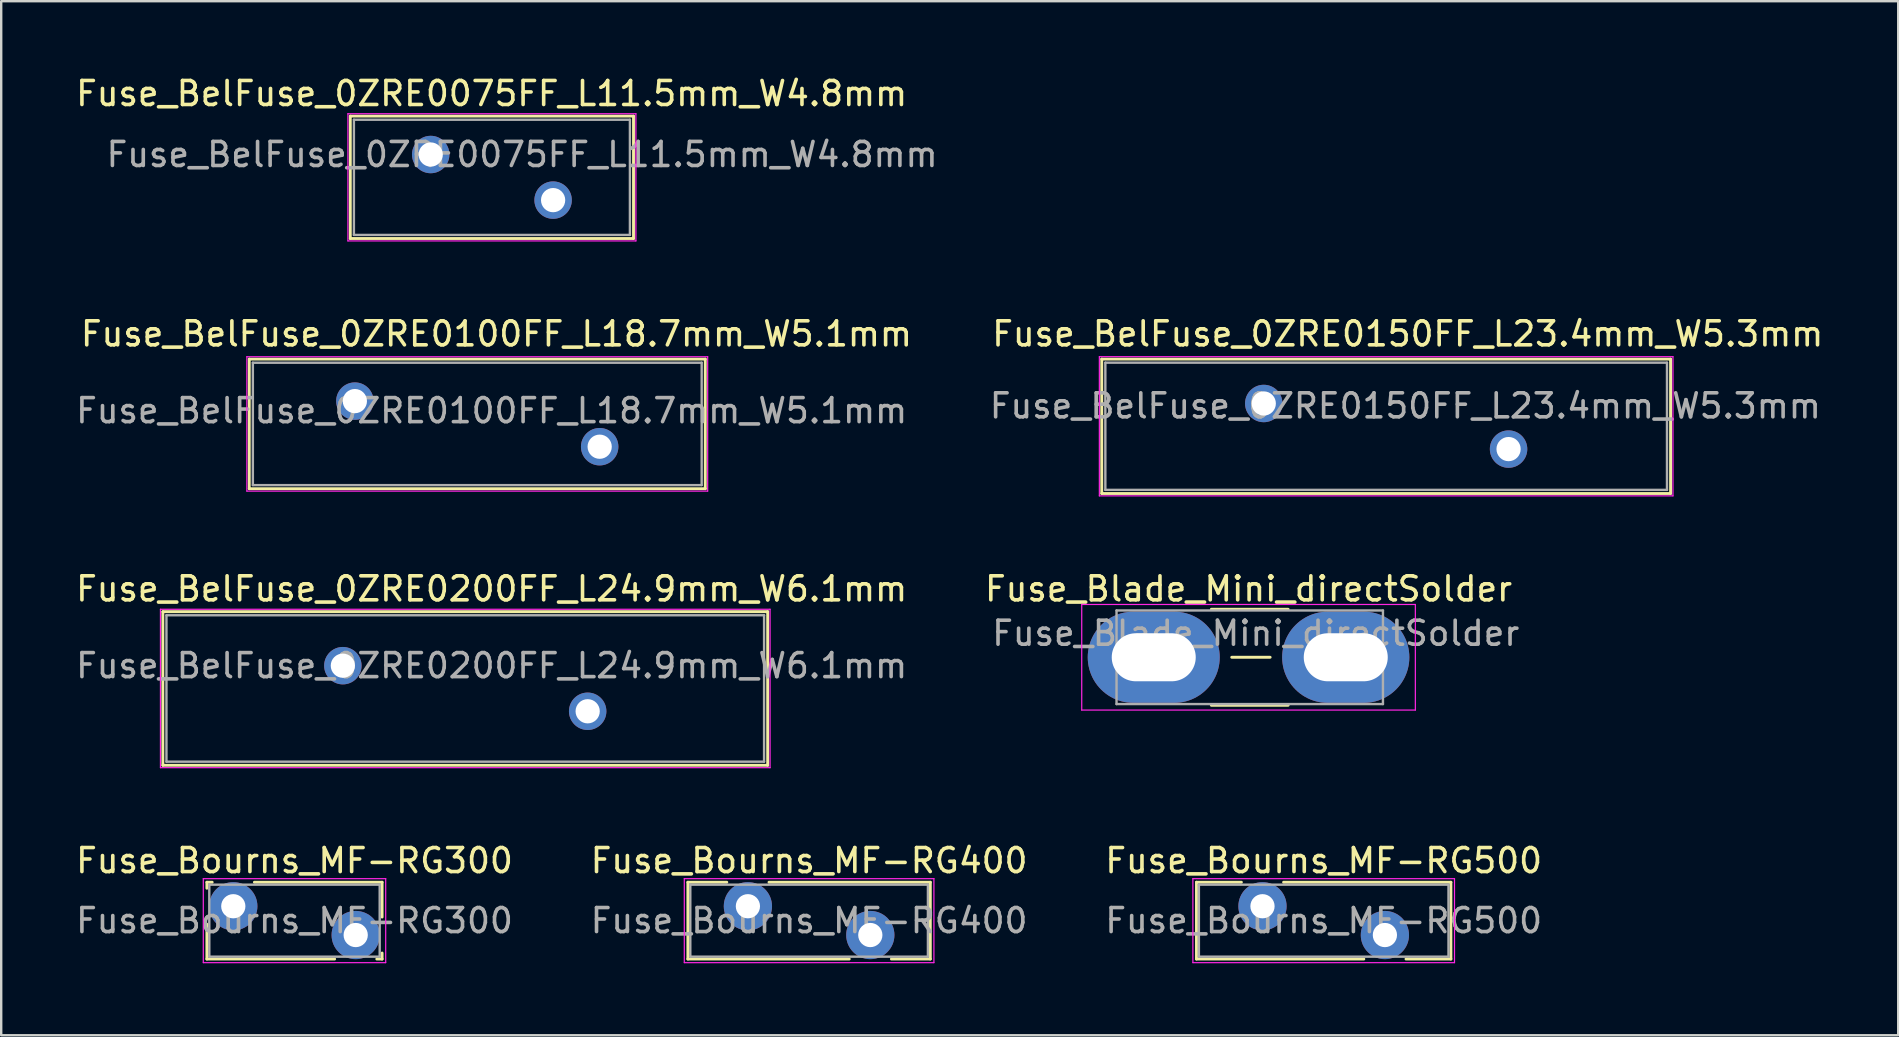
<source format=kicad_pcb>
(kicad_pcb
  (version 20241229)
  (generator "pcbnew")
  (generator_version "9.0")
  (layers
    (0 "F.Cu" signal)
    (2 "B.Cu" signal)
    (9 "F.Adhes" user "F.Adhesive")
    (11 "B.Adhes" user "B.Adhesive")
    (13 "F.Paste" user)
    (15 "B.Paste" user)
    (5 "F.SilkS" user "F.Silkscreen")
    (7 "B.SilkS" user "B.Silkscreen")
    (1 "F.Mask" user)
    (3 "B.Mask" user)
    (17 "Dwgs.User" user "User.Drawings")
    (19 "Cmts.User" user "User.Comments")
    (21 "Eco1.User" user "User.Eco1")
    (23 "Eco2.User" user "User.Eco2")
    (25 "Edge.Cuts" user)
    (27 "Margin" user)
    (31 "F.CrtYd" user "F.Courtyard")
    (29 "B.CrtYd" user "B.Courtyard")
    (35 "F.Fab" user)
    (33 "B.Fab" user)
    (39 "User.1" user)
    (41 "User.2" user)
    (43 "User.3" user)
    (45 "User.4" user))
  (footprint "Fuse_BelFuse_0ZRE0075FF_L11.5mm_W4.8mm"
    (layer "F.Cu")
    (at 14.895 3.388)
    (property "Reference" "Fuse_BelFuse_0ZRE0075FF_L11.5mm_W4.8mm" (at 2.54 -2.54 0) (layer "F.SilkS") (effects (font (size 1 1) (thickness 0.15))))
    (attr through_hole)
    (fp_line (start -3.35 -1.6) (end -3.35 3.5) (stroke (width 0.12) (type solid)) (layer "F.SilkS"))
    (fp_line (start -3.35 -1.6) (end 8.45 -1.6) (stroke (width 0.12) (type solid)) (layer "F.SilkS"))
    (fp_line (start -3.35 3.5) (end 8.45 3.5) (stroke (width 0.12) (type solid)) (layer "F.SilkS"))
    (fp_line (start 8.45 -1.6) (end 8.45 3.5) (stroke (width 0.12) (type solid)) (layer "F.SilkS"))
    (fp_line (start -3.45 -1.7) (end -3.45 3.6) (stroke (width 0.05) (type solid)) (layer "F.CrtYd"))
    (fp_line (start -3.45 -1.7) (end 8.55 -1.7) (stroke (width 0.05) (type solid)) (layer "F.CrtYd"))
    (fp_line (start -3.45 3.6) (end 8.55 3.6) (stroke (width 0.05) (type solid)) (layer "F.CrtYd"))
    (fp_line (start 8.55 -1.7) (end 8.55 3.6) (stroke (width 0.05) (type solid)) (layer "F.CrtYd"))
    (fp_line (start -3.2 -1.45) (end -3.2 3.35) (stroke (width 0.1) (type solid)) (layer "F.Fab"))
    (fp_line (start -3.2 -1.45) (end 8.3 -1.45) (stroke (width 0.1) (type solid)) (layer "F.Fab"))
    (fp_line (start -3.2 3.35) (end 8.3 3.35) (stroke (width 0.1) (type solid)) (layer "F.Fab"))
    (fp_line (start 8.3 -1.45) (end 8.3 3.35) (stroke (width 0.1) (type solid)) (layer "F.Fab"))
    (fp_text user "${REFERENCE}" (at 3.81 0 0) (layer "F.Fab") (effects (font (size 1 1) (thickness 0.15))))
    (pad "1" thru_hole circle (at 0 0) (size 1.56 1.56) (drill 1.01) (layers "*.Cu" "*.Mask"))
    (pad "2" thru_hole circle (at 5.1 1.9) (size 1.56 1.56) (drill 1.01) (layers "*.Cu" "*.Mask")))
  (footprint "Fuse_BelFuse_0ZRE0100FF_L18.7mm_W5.1mm"
    (layer "F.Cu")
    (at 11.735 13.662)
    (property "Reference" "Fuse_BelFuse_0ZRE0100FF_L18.7mm_W5.1mm" (at 5.9 -2.8 0) (layer "F.SilkS") (effects (font (size 1 1) (thickness 0.15))))
    (attr through_hole)
    (fp_line (start -4.4 -1.75) (end -4.4 3.65) (stroke (width 0.12) (type solid)) (layer "F.SilkS"))
    (fp_line (start -4.4 -1.75) (end 14.6 -1.75) (stroke (width 0.12) (type solid)) (layer "F.SilkS"))
    (fp_line (start -4.4 3.65) (end 14.6 3.65) (stroke (width 0.12) (type solid)) (layer "F.SilkS"))
    (fp_line (start 14.6 -1.75) (end 14.6 3.65) (stroke (width 0.12) (type solid)) (layer "F.SilkS"))
    (fp_line (start -4.5 -1.85) (end -4.5 3.75) (stroke (width 0.05) (type solid)) (layer "F.CrtYd"))
    (fp_line (start -4.5 -1.85) (end 14.7 -1.85) (stroke (width 0.05) (type solid)) (layer "F.CrtYd"))
    (fp_line (start -4.5 3.75) (end 14.7 3.75) (stroke (width 0.05) (type solid)) (layer "F.CrtYd"))
    (fp_line (start 14.7 -1.85) (end 14.7 3.75) (stroke (width 0.05) (type solid)) (layer "F.CrtYd"))
    (fp_line (start -4.25 -1.6) (end -4.25 3.5) (stroke (width 0.1) (type solid)) (layer "F.Fab"))
    (fp_line (start -4.25 -1.6) (end 14.45 -1.6) (stroke (width 0.1) (type solid)) (layer "F.Fab"))
    (fp_line (start -4.25 3.5) (end 14.45 3.5) (stroke (width 0.1) (type solid)) (layer "F.Fab"))
    (fp_line (start 14.45 -1.6) (end 14.45 3.5) (stroke (width 0.1) (type solid)) (layer "F.Fab"))
    (fp_text user "${REFERENCE}" (at 5.7 0.4 0) (layer "F.Fab") (effects (font (size 1 1) (thickness 0.15))))
    (pad "1" thru_hole circle (at 0 0) (size 1.56 1.56) (drill 1.01) (layers "*.Cu" "*.Mask"))
    (pad "2" thru_hole circle (at 10.2 1.9) (size 1.56 1.56) (drill 1.01) (layers "*.Cu" "*.Mask")))
  (footprint "Fuse_Bourns_MF-RG400"
    (layer "F.Cu")
    (at 28.111 34.708)
    (property "Reference" "Fuse_Bourns_MF-RG400" (at 2.55 -1.9 0) (layer "F.SilkS") (effects (font (size 1 1) (thickness 0.15))))
    (attr through_hole)
    (fp_line (start -2.501 -1) (end -2.501 2.2) (stroke (width 0.12) (type solid)) (layer "F.SilkS"))
    (fp_line (start -2.501 -1) (end -0.879 -1) (stroke (width 0.12) (type solid)) (layer "F.SilkS"))
    (fp_line (start -2.501 2.2) (end 4.222 2.2) (stroke (width 0.12) (type solid)) (layer "F.SilkS"))
    (fp_line (start 0.879 -1) (end 7.6 -1) (stroke (width 0.12) (type solid)) (layer "F.SilkS"))
    (fp_line (start 5.979 2.2) (end 7.6 2.2) (stroke (width 0.12) (type solid)) (layer "F.SilkS"))
    (fp_line (start 7.6 -1) (end 7.6 2.2) (stroke (width 0.12) (type solid)) (layer "F.SilkS"))
    (fp_line (start -2.65 -1.15) (end -2.65 2.35) (stroke (width 0.05) (type solid)) (layer "F.CrtYd"))
    (fp_line (start -2.65 2.35) (end 7.75 2.35) (stroke (width 0.05) (type solid)) (layer "F.CrtYd"))
    (fp_line (start 7.75 -1.15) (end -2.65 -1.15) (stroke (width 0.05) (type solid)) (layer "F.CrtYd"))
    (fp_line (start 7.75 2.35) (end 7.75 -1.15) (stroke (width 0.05) (type solid)) (layer "F.CrtYd"))
    (fp_line (start -2.4 -0.9) (end -2.4 2.1) (stroke (width 0.1) (type solid)) (layer "F.Fab"))
    (fp_line (start -2.4 2.1) (end 7.5 2.1) (stroke (width 0.1) (type solid)) (layer "F.Fab"))
    (fp_line (start 7.5 -0.9) (end -2.4 -0.9) (stroke (width 0.1) (type solid)) (layer "F.Fab"))
    (fp_line (start 7.5 2.1) (end 7.5 -0.9) (stroke (width 0.1) (type solid)) (layer "F.Fab"))
    (fp_text user "${REFERENCE}" (at 2.55 0.6 0) (layer "F.Fab") (effects (font (size 1 1) (thickness 0.15))))
    (pad "1" thru_hole circle (at 0 0) (size 2.01 2.01) (drill 1.01) (layers "*.Cu" "*.Mask"))
    (pad "2" thru_hole circle (at 5.1 1.2) (size 2.01 2.01) (drill 1.01) (layers "*.Cu" "*.Mask")))
  (footprint "Fuse_BelFuse_0ZRE0200FF_L24.9mm_W6.1mm"
    (layer "F.Cu")
    (at 11.235 24.685)
    (property "Reference" "Fuse_BelFuse_0ZRE0200FF_L24.9mm_W6.1mm" (at 6.2 -3.2 0) (layer "F.SilkS") (effects (font (size 1 1) (thickness 0.15))))
    (attr through_hole)
    (fp_line (start -7.5 -2.25) (end -7.5 4.15) (stroke (width 0.12) (type solid)) (layer "F.SilkS"))
    (fp_line (start -7.5 -2.25) (end 17.7 -2.25) (stroke (width 0.12) (type solid)) (layer "F.SilkS"))
    (fp_line (start -7.5 4.15) (end 17.7 4.15) (stroke (width 0.12) (type solid)) (layer "F.SilkS"))
    (fp_line (start 17.7 -2.25) (end 17.7 4.15) (stroke (width 0.12) (type solid)) (layer "F.SilkS"))
    (fp_line (start -7.6 -2.35) (end -7.6 4.25) (stroke (width 0.05) (type solid)) (layer "F.CrtYd"))
    (fp_line (start -7.6 -2.35) (end 17.8 -2.35) (stroke (width 0.05) (type solid)) (layer "F.CrtYd"))
    (fp_line (start -7.6 4.25) (end 17.8 4.25) (stroke (width 0.05) (type solid)) (layer "F.CrtYd"))
    (fp_line (start 17.8 -2.35) (end 17.8 4.25) (stroke (width 0.05) (type solid)) (layer "F.CrtYd"))
    (fp_line (start -7.35 -2.1) (end -7.35 4) (stroke (width 0.1) (type solid)) (layer "F.Fab"))
    (fp_line (start -7.35 -2.1) (end 17.55 -2.1) (stroke (width 0.1) (type solid)) (layer "F.Fab"))
    (fp_line (start -7.35 4) (end 17.55 4) (stroke (width 0.1) (type solid)) (layer "F.Fab"))
    (fp_line (start 17.55 -2.1) (end 17.55 4) (stroke (width 0.1) (type solid)) (layer "F.Fab"))
    (fp_text user "${REFERENCE}" (at 6.2 0 0) (layer "F.Fab") (effects (font (size 1 1) (thickness 0.15))))
    (pad "1" thru_hole circle (at 0 0) (size 1.56 1.56) (drill 1.01) (layers "*.Cu" "*.Mask"))
    (pad "2" thru_hole circle (at 10.2 1.9) (size 1.56 1.56) (drill 1.01) (layers "*.Cu" "*.Mask")))
  (footprint "Fuse_BelFuse_0ZRE0150FF_L23.4mm_W5.3mm"
    (layer "F.Cu")
    (at 49.604 13.761)
    (property "Reference" "Fuse_BelFuse_0ZRE0150FF_L23.4mm_W5.3mm" (at 6 -2.9 0) (layer "F.SilkS") (effects (font (size 1 1) (thickness 0.15))))
    (attr through_hole)
    (fp_line (start -6.75 -1.85) (end -6.75 3.75) (stroke (width 0.12) (type solid)) (layer "F.SilkS"))
    (fp_line (start -6.75 -1.85) (end 16.95 -1.85) (stroke (width 0.12) (type solid)) (layer "F.SilkS"))
    (fp_line (start -6.75 3.75) (end 16.95 3.75) (stroke (width 0.12) (type solid)) (layer "F.SilkS"))
    (fp_line (start 16.95 -1.85) (end 16.95 3.75) (stroke (width 0.12) (type solid)) (layer "F.SilkS"))
    (fp_line (start -6.85 -1.95) (end -6.85 3.85) (stroke (width 0.05) (type solid)) (layer "F.CrtYd"))
    (fp_line (start -6.85 -1.95) (end 17.05 -1.95) (stroke (width 0.05) (type solid)) (layer "F.CrtYd"))
    (fp_line (start -6.85 3.85) (end 17.05 3.85) (stroke (width 0.05) (type solid)) (layer "F.CrtYd"))
    (fp_line (start 17.05 -1.95) (end 17.05 3.85) (stroke (width 0.05) (type solid)) (layer "F.CrtYd"))
    (fp_line (start -6.6 -1.7) (end -6.6 3.6) (stroke (width 0.1) (type solid)) (layer "F.Fab"))
    (fp_line (start -6.6 -1.7) (end 16.8 -1.7) (stroke (width 0.1) (type solid)) (layer "F.Fab"))
    (fp_line (start -6.6 3.6) (end 16.8 3.6) (stroke (width 0.1) (type solid)) (layer "F.Fab"))
    (fp_line (start 16.8 -1.7) (end 16.8 3.6) (stroke (width 0.1) (type solid)) (layer "F.Fab"))
    (fp_text user "${REFERENCE}" (at 5.9 0.1 0) (layer "F.Fab") (effects (font (size 1 1) (thickness 0.15))))
    (pad "1" thru_hole circle (at 0 0) (size 1.56 1.56) (drill 1.01) (layers "*.Cu" "*.Mask"))
    (pad "2" thru_hole circle (at 10.2 1.9) (size 1.56 1.56) (drill 1.01) (layers "*.Cu" "*.Mask")))
  (footprint "Fuse_Blade_Mini_directSolder"
    (layer "F.Cu")
    (at 45.02 24.335)
    (property "Reference" "Fuse_Blade_Mini_directSolder" (at 3.95 -2.85 0) (layer "F.SilkS") (effects (font (size 1 1) (thickness 0.15))))
    (attr through_hole)
    (fp_line (start 2.4 -2) (end 5.6 -2) (stroke (width 0.12) (type solid)) (layer "F.SilkS"))
    (fp_line (start 3.25 0) (end 4.85 0) (stroke (width 0.12) (type solid)) (layer "F.SilkS"))
    (fp_line (start 5.6 2) (end 2.4 2) (stroke (width 0.12) (type solid)) (layer "F.SilkS"))
    (fp_line (start -3 -2.2) (end -3 2.2) (stroke (width 0.05) (type solid)) (layer "F.CrtYd"))
    (fp_line (start -3 -2.2) (end 10.9 -2.2) (stroke (width 0.05) (type solid)) (layer "F.CrtYd"))
    (fp_line (start 10.9 2.2) (end -3 2.2) (stroke (width 0.05) (type solid)) (layer "F.CrtYd"))
    (fp_line (start 10.9 2.2) (end 10.9 -2.2) (stroke (width 0.05) (type solid)) (layer "F.CrtYd"))
    (fp_line (start -1.55 -1.95) (end 9.55 -1.95) (stroke (width 0.1) (type solid)) (layer "F.Fab"))
    (fp_line (start -1.55 1.95) (end -1.55 -1.95) (stroke (width 0.1) (type solid)) (layer "F.Fab"))
    (fp_line (start 9.55 -1.95) (end 9.55 1.95) (stroke (width 0.1) (type solid)) (layer "F.Fab"))
    (fp_line (start 9.55 1.95) (end -1.55 1.95) (stroke (width 0.1) (type solid)) (layer "F.Fab"))
    (fp_text user "${REFERENCE}" (at 4.25 -1 0) (layer "F.Fab") (effects (font (size 1 1) (thickness 0.15))))
    (pad "1" thru_hole oval (at 0 0) (size 5.5 3.8) (drill oval 3.5 2) (layers "*.Cu" "*.Mask"))
    (pad "2" thru_hole oval (at 8 0) (size 5.3 3.8) (drill oval 3.5 2) (layers "*.Cu" "*.Mask")))
  (footprint "Fuse_Bourns_MF-RG300"
    (layer "F.Cu")
    (at 6.67 34.708)
    (property "Reference" "Fuse_Bourns_MF-RG300" (at 2.55 -1.9 0) (layer "F.SilkS") (effects (font (size 1 1) (thickness 0.15))))
    (attr through_hole)
    (fp_line (start -1.1 -1) (end -1.1 -0.75) (stroke (width 0.12) (type solid)) (layer "F.SilkS"))
    (fp_line (start -1.1 -1) (end -0.879 -1) (stroke (width 0.12) (type solid)) (layer "F.SilkS"))
    (fp_line (start -1.1 0.75) (end -1.1 2.2) (stroke (width 0.12) (type solid)) (layer "F.SilkS"))
    (fp_line (start -1.1 2.2) (end 4.222 2.2) (stroke (width 0.12) (type solid)) (layer "F.SilkS"))
    (fp_line (start 0.879 -1) (end 6.2 -1) (stroke (width 0.12) (type solid)) (layer "F.SilkS"))
    (fp_line (start 5.979 2.2) (end 6.2 2.2) (stroke (width 0.12) (type solid)) (layer "F.SilkS"))
    (fp_line (start 6.2 -1) (end 6.2 0.451) (stroke (width 0.12) (type solid)) (layer "F.SilkS"))
    (fp_line (start 6.2 1.95) (end 6.2 2.2) (stroke (width 0.12) (type solid)) (layer "F.SilkS"))
    (fp_line (start -1.25 -1.15) (end -1.25 2.35) (stroke (width 0.05) (type solid)) (layer "F.CrtYd"))
    (fp_line (start -1.25 2.35) (end 6.35 2.35) (stroke (width 0.05) (type solid)) (layer "F.CrtYd"))
    (fp_line (start 6.35 -1.15) (end -1.25 -1.15) (stroke (width 0.05) (type solid)) (layer "F.CrtYd"))
    (fp_line (start 6.35 2.35) (end 6.35 -1.15) (stroke (width 0.05) (type solid)) (layer "F.CrtYd"))
    (fp_line (start -1 -0.9) (end -1 2.1) (stroke (width 0.1) (type solid)) (layer "F.Fab"))
    (fp_line (start -1 2.1) (end 6.1 2.1) (stroke (width 0.1) (type solid)) (layer "F.Fab"))
    (fp_line (start 6.1 -0.9) (end -1 -0.9) (stroke (width 0.1) (type solid)) (layer "F.Fab"))
    (fp_line (start 6.1 2.1) (end 6.1 -0.9) (stroke (width 0.1) (type solid)) (layer "F.Fab"))
    (fp_text user "${REFERENCE}" (at 2.55 0.6 0) (layer "F.Fab") (effects (font (size 1 1) (thickness 0.15))))
    (pad "1" thru_hole circle (at 0 0) (size 2.01 2.01) (drill 1.01) (layers "*.Cu" "*.Mask"))
    (pad "2" thru_hole circle (at 5.1 1.2) (size 2.01 2.01) (drill 1.01) (layers "*.Cu" "*.Mask")))
  (footprint "Fuse_Bourns_MF-RG500"
    (layer "F.Cu")
    (at 49.551 34.708)
    (property "Reference" "Fuse_Bourns_MF-RG500" (at 2.55 -1.9 0) (layer "F.SilkS") (effects (font (size 1 1) (thickness 0.15))))
    (attr through_hole)
    (fp_line (start -2.751 -1) (end -2.751 2.2) (stroke (width 0.12) (type solid)) (layer "F.SilkS"))
    (fp_line (start -2.751 -1) (end -0.879 -1) (stroke (width 0.12) (type solid)) (layer "F.SilkS"))
    (fp_line (start -2.751 2.2) (end 4.222 2.2) (stroke (width 0.12) (type solid)) (layer "F.SilkS"))
    (fp_line (start 0.879 -1) (end 7.85 -1) (stroke (width 0.12) (type solid)) (layer "F.SilkS"))
    (fp_line (start 5.979 2.2) (end 7.85 2.2) (stroke (width 0.12) (type solid)) (layer "F.SilkS"))
    (fp_line (start 7.85 -1) (end 7.85 2.2) (stroke (width 0.12) (type solid)) (layer "F.SilkS"))
    (fp_line (start -2.9 -1.15) (end -2.9 2.35) (stroke (width 0.05) (type solid)) (layer "F.CrtYd"))
    (fp_line (start -2.9 2.35) (end 8 2.35) (stroke (width 0.05) (type solid)) (layer "F.CrtYd"))
    (fp_line (start 8 -1.15) (end -2.9 -1.15) (stroke (width 0.05) (type solid)) (layer "F.CrtYd"))
    (fp_line (start 8 2.35) (end 8 -1.15) (stroke (width 0.05) (type solid)) (layer "F.CrtYd"))
    (fp_line (start -2.65 -0.9) (end -2.65 2.1) (stroke (width 0.1) (type solid)) (layer "F.Fab"))
    (fp_line (start -2.65 2.1) (end 7.75 2.1) (stroke (width 0.1) (type solid)) (layer "F.Fab"))
    (fp_line (start 7.75 -0.9) (end -2.65 -0.9) (stroke (width 0.1) (type solid)) (layer "F.Fab"))
    (fp_line (start 7.75 2.1) (end 7.75 -0.9) (stroke (width 0.1) (type solid)) (layer "F.Fab"))
    (fp_text user "${REFERENCE}" (at 2.55 0.6 0) (layer "F.Fab") (effects (font (size 1 1) (thickness 0.15))))
    (pad "1" thru_hole circle (at 0 0) (size 2.01 2.01) (drill 1.01) (layers "*.Cu" "*.Mask"))
    (pad "2" thru_hole circle (at 5.1 1.2) (size 2.01 2.01) (drill 1.01) (layers "*.Cu" "*.Mask")))
  (gr_rect
    (start -3 -3)
    (end 76.038 40.083)
    (stroke (width 0.1) (type default))
    (fill no)
    (layer "Edge.Cuts")))
</source>
